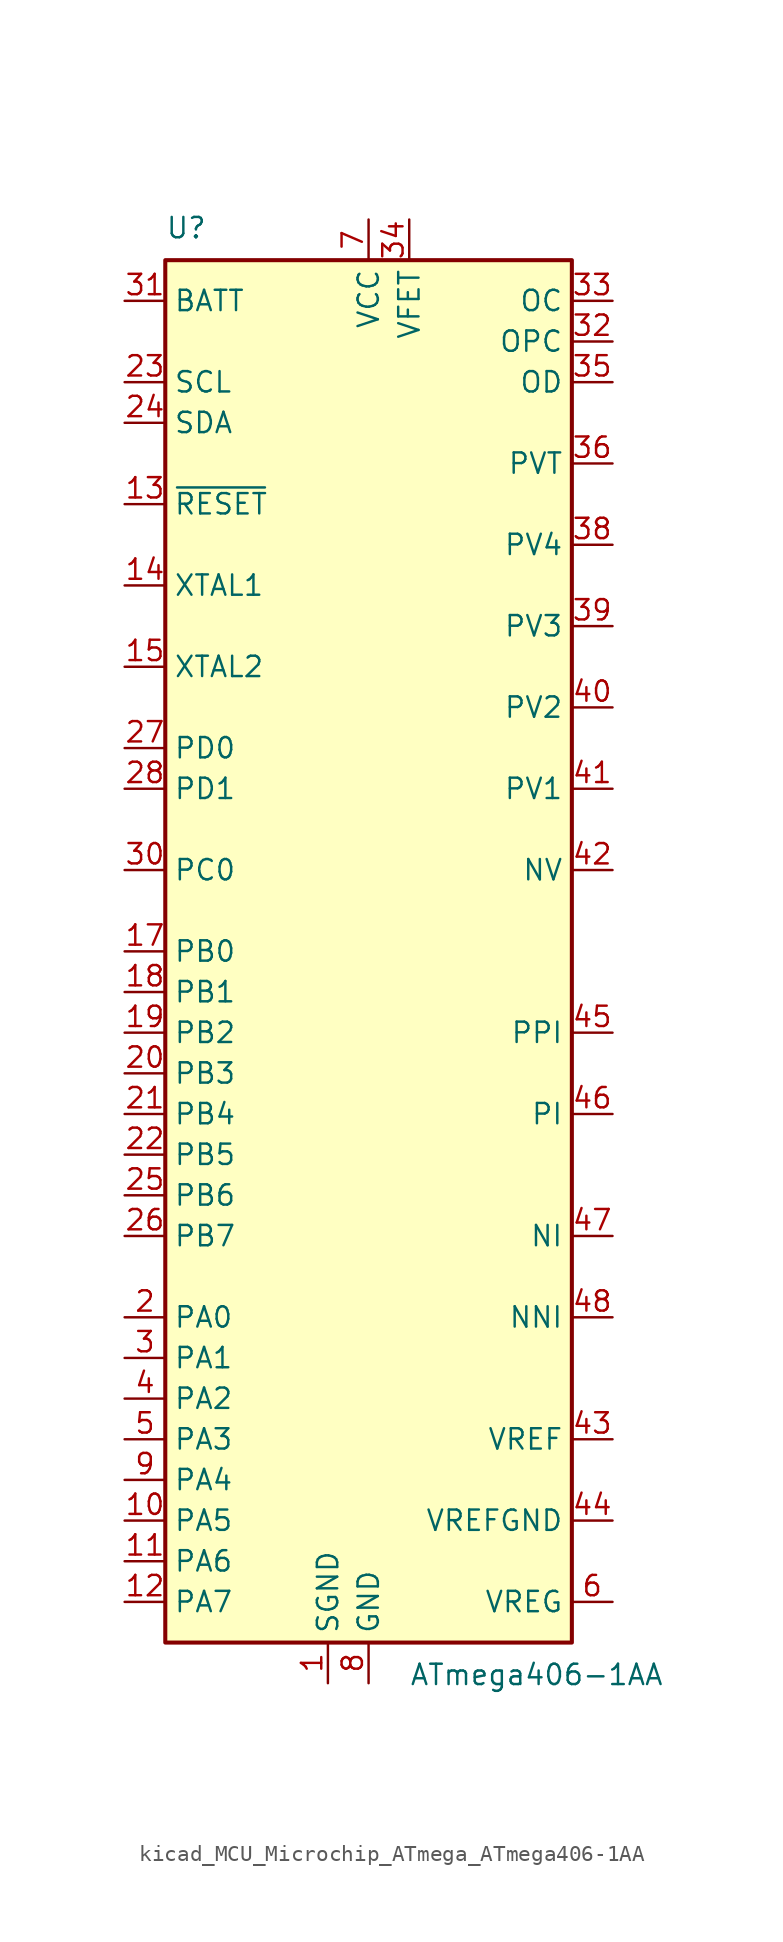
<source format=kicad_sym>
(kicad_symbol_lib
  (version 20220914)
  (generator kicad_symbol_editor)
  (symbol "kicad_MCU_Microchip_ATmega_ATmega406-1AA"
    (property "Reference" "U"
      (at -12.7 44.45 0)
      (effects (font (size 1.27 1.27)) (justify left bottom)))
    (property "Value" "ATmega406-1AA"
      (at 2.54 -44.45 0)
      (effects (font (size 1.27 1.27)) (justify left top)))
    (symbol "kicad_MCU_Microchip_ATmega_ATmega406-1AA_1_1"
      (rectangle (start -12.7 43.18) (end 12.7 -43.18) (stroke (width 0.254) (type default)) (fill (type background)))
      (pin power_in line (at -2.54 -45.72 90) (length 2.54) (name "SGND" (effects (font (size 1.27 1.27)))) (number "1" (effects (font (size 1.27 1.27)))))
      (pin bidirectional line (at -15.24 -35.56 0) (length 2.54) (name "PA5" (effects (font (size 1.27 1.27)))) (number "10" (effects (font (size 1.27 1.27)))))
      (pin bidirectional line (at -15.24 -38.1 0) (length 2.54) (name "PA6" (effects (font (size 1.27 1.27)))) (number "11" (effects (font (size 1.27 1.27)))))
      (pin bidirectional line (at -15.24 -40.64 0) (length 2.54) (name "PA7" (effects (font (size 1.27 1.27)))) (number "12" (effects (font (size 1.27 1.27)))))
      (pin input line (at -15.24 27.94 0) (length 2.54) (name "~{RESET}" (effects (font (size 1.27 1.27)))) (number "13" (effects (font (size 1.27 1.27)))))
      (pin input line (at -15.24 22.86 0) (length 2.54) (name "XTAL1" (effects (font (size 1.27 1.27)))) (number "14" (effects (font (size 1.27 1.27)))))
      (pin output line (at -15.24 17.78 0) (length 2.54) (name "XTAL2" (effects (font (size 1.27 1.27)))) (number "15" (effects (font (size 1.27 1.27)))))
      (pin passive line (at 0 -45.72 90) (length 2.54) hide (name "GND" (effects (font (size 1.27 1.27)))) (number "16" (effects (font (size 1.27 1.27)))))
      (pin bidirectional line (at -15.24 0 0) (length 2.54) (name "PB0" (effects (font (size 1.27 1.27)))) (number "17" (effects (font (size 1.27 1.27)))))
      (pin bidirectional line (at -15.24 -2.54 0) (length 2.54) (name "PB1" (effects (font (size 1.27 1.27)))) (number "18" (effects (font (size 1.27 1.27)))))
      (pin bidirectional line (at -15.24 -5.08 0) (length 2.54) (name "PB2" (effects (font (size 1.27 1.27)))) (number "19" (effects (font (size 1.27 1.27)))))
      (pin bidirectional line (at -15.24 -22.86 0) (length 2.54) (name "PA0" (effects (font (size 1.27 1.27)))) (number "2" (effects (font (size 1.27 1.27)))))
      (pin bidirectional line (at -15.24 -7.62 0) (length 2.54) (name "PB3" (effects (font (size 1.27 1.27)))) (number "20" (effects (font (size 1.27 1.27)))))
      (pin bidirectional line (at -15.24 -10.16 0) (length 2.54) (name "PB4" (effects (font (size 1.27 1.27)))) (number "21" (effects (font (size 1.27 1.27)))))
      (pin bidirectional line (at -15.24 -12.7 0) (length 2.54) (name "PB5" (effects (font (size 1.27 1.27)))) (number "22" (effects (font (size 1.27 1.27)))))
      (pin input line (at -15.24 35.56 0) (length 2.54) (name "SCL" (effects (font (size 1.27 1.27)))) (number "23" (effects (font (size 1.27 1.27)))))
      (pin bidirectional line (at -15.24 33.02 0) (length 2.54) (name "SDA" (effects (font (size 1.27 1.27)))) (number "24" (effects (font (size 1.27 1.27)))))
      (pin bidirectional line (at -15.24 -15.24 0) (length 2.54) (name "PB6" (effects (font (size 1.27 1.27)))) (number "25" (effects (font (size 1.27 1.27)))))
      (pin bidirectional line (at -15.24 -17.78 0) (length 2.54) (name "PB7" (effects (font (size 1.27 1.27)))) (number "26" (effects (font (size 1.27 1.27)))))
      (pin bidirectional line (at -15.24 12.7 0) (length 2.54) (name "PD0" (effects (font (size 1.27 1.27)))) (number "27" (effects (font (size 1.27 1.27)))))
      (pin bidirectional line (at -15.24 10.16 0) (length 2.54) (name "PD1" (effects (font (size 1.27 1.27)))) (number "28" (effects (font (size 1.27 1.27)))))
      (pin passive line (at 0 -45.72 90) (length 2.54) hide (name "GND" (effects (font (size 1.27 1.27)))) (number "29" (effects (font (size 1.27 1.27)))))
      (pin bidirectional line (at -15.24 -25.4 0) (length 2.54) (name "PA1" (effects (font (size 1.27 1.27)))) (number "3" (effects (font (size 1.27 1.27)))))
      (pin open_collector line (at -15.24 5.08 0) (length 2.54) (name "PC0" (effects (font (size 1.27 1.27)))) (number "30" (effects (font (size 1.27 1.27)))))
      (pin input line (at -15.24 40.64 0) (length 2.54) (name "BATT" (effects (font (size 1.27 1.27)))) (number "31" (effects (font (size 1.27 1.27)))))
      (pin output line (at 15.24 38.1 180) (length 2.54) (name "OPC" (effects (font (size 1.27 1.27)))) (number "32" (effects (font (size 1.27 1.27)))))
      (pin output line (at 15.24 40.64 180) (length 2.54) (name "OC" (effects (font (size 1.27 1.27)))) (number "33" (effects (font (size 1.27 1.27)))))
      (pin power_in line (at 2.54 45.72 270) (length 2.54) (name "VFET" (effects (font (size 1.27 1.27)))) (number "34" (effects (font (size 1.27 1.27)))))
      (pin output line (at 15.24 35.56 180) (length 2.54) (name "OD" (effects (font (size 1.27 1.27)))) (number "35" (effects (font (size 1.27 1.27)))))
      (pin input line (at 15.24 30.48 180) (length 2.54) (name "PVT" (effects (font (size 1.27 1.27)))) (number "36" (effects (font (size 1.27 1.27)))))
      (pin passive line (at 0 -45.72 90) (length 2.54) hide (name "GND" (effects (font (size 1.27 1.27)))) (number "37" (effects (font (size 1.27 1.27)))))
      (pin input line (at 15.24 25.4 180) (length 2.54) (name "PV4" (effects (font (size 1.27 1.27)))) (number "38" (effects (font (size 1.27 1.27)))))
      (pin input line (at 15.24 20.32 180) (length 2.54) (name "PV3" (effects (font (size 1.27 1.27)))) (number "39" (effects (font (size 1.27 1.27)))))
      (pin bidirectional line (at -15.24 -27.94 0) (length 2.54) (name "PA2" (effects (font (size 1.27 1.27)))) (number "4" (effects (font (size 1.27 1.27)))))
      (pin input line (at 15.24 15.24 180) (length 2.54) (name "PV2" (effects (font (size 1.27 1.27)))) (number "40" (effects (font (size 1.27 1.27)))))
      (pin input line (at 15.24 10.16 180) (length 2.54) (name "PV1" (effects (font (size 1.27 1.27)))) (number "41" (effects (font (size 1.27 1.27)))))
      (pin input line (at 15.24 5.08 180) (length 2.54) (name "NV" (effects (font (size 1.27 1.27)))) (number "42" (effects (font (size 1.27 1.27)))))
      (pin passive line (at 15.24 -30.48 180) (length 2.54) (name "VREF" (effects (font (size 1.27 1.27)))) (number "43" (effects (font (size 1.27 1.27)))))
      (pin passive line (at 15.24 -35.56 180) (length 2.54) (name "VREFGND" (effects (font (size 1.27 1.27)))) (number "44" (effects (font (size 1.27 1.27)))))
      (pin input line (at 15.24 -5.08 180) (length 2.54) (name "PPI" (effects (font (size 1.27 1.27)))) (number "45" (effects (font (size 1.27 1.27)))))
      (pin input line (at 15.24 -10.16 180) (length 2.54) (name "PI" (effects (font (size 1.27 1.27)))) (number "46" (effects (font (size 1.27 1.27)))))
      (pin input line (at 15.24 -17.78 180) (length 2.54) (name "NI" (effects (font (size 1.27 1.27)))) (number "47" (effects (font (size 1.27 1.27)))))
      (pin input line (at 15.24 -22.86 180) (length 2.54) (name "NNI" (effects (font (size 1.27 1.27)))) (number "48" (effects (font (size 1.27 1.27)))))
      (pin bidirectional line (at -15.24 -30.48 0) (length 2.54) (name "PA3" (effects (font (size 1.27 1.27)))) (number "5" (effects (font (size 1.27 1.27)))))
      (pin power_out line (at 15.24 -40.64 180) (length 2.54) (name "VREG" (effects (font (size 1.27 1.27)))) (number "6" (effects (font (size 1.27 1.27)))))
      (pin power_in line (at 0 45.72 270) (length 2.54) (name "VCC" (effects (font (size 1.27 1.27)))) (number "7" (effects (font (size 1.27 1.27)))))
      (pin power_in line (at 0 -45.72 90) (length 2.54) (name "GND" (effects (font (size 1.27 1.27)))) (number "8" (effects (font (size 1.27 1.27)))))
      (pin bidirectional line (at -15.24 -33.02 0) (length 2.54) (name "PA4" (effects (font (size 1.27 1.27)))) (number "9" (effects (font (size 1.27 1.27))))))))
</source>
